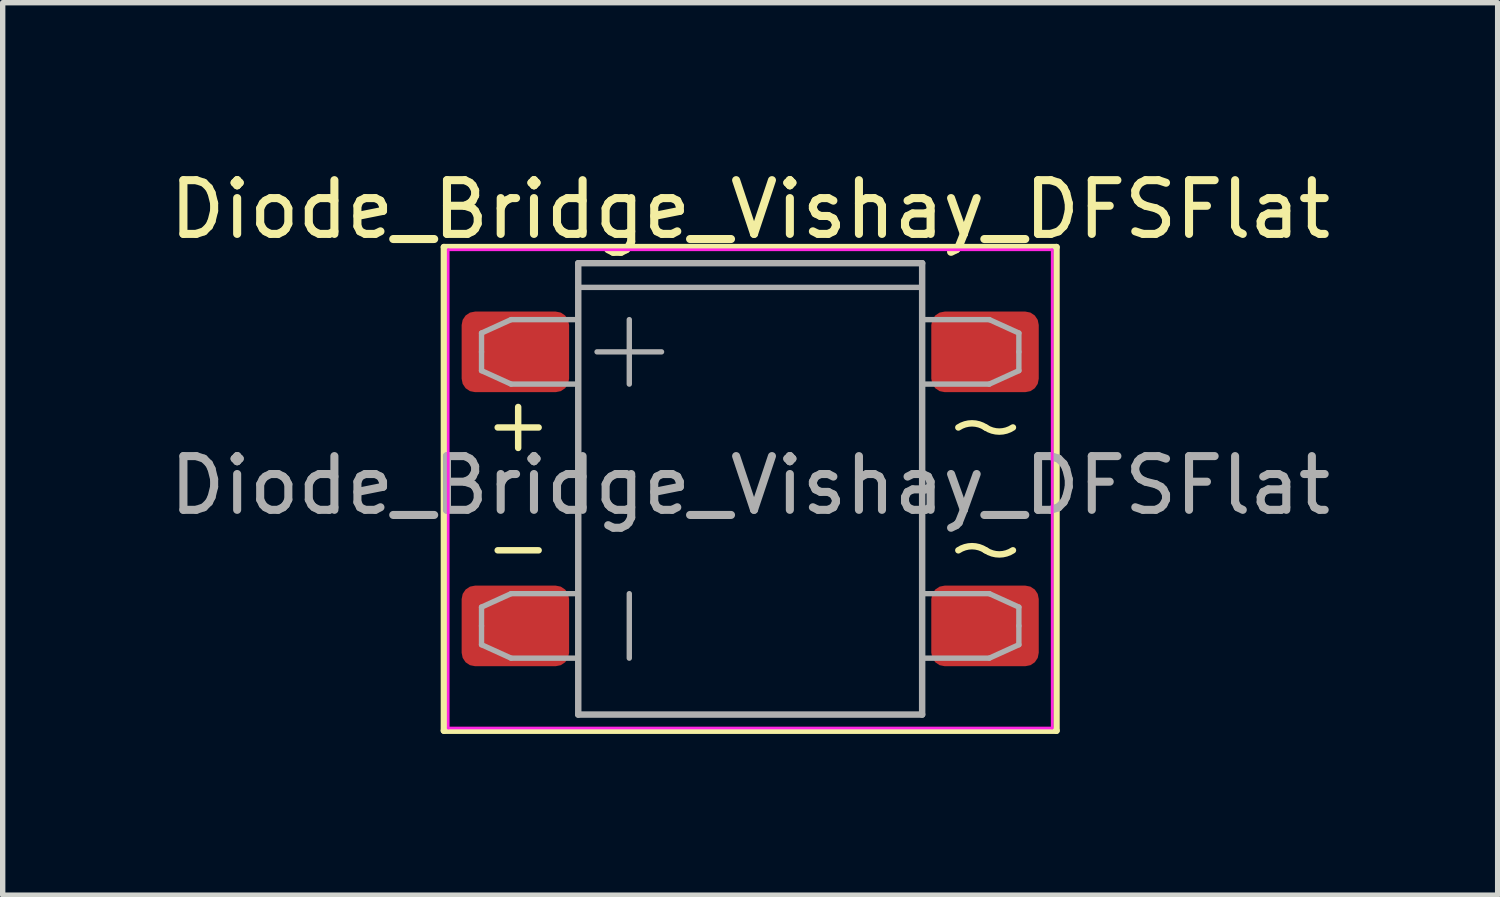
<source format=kicad_pcb>
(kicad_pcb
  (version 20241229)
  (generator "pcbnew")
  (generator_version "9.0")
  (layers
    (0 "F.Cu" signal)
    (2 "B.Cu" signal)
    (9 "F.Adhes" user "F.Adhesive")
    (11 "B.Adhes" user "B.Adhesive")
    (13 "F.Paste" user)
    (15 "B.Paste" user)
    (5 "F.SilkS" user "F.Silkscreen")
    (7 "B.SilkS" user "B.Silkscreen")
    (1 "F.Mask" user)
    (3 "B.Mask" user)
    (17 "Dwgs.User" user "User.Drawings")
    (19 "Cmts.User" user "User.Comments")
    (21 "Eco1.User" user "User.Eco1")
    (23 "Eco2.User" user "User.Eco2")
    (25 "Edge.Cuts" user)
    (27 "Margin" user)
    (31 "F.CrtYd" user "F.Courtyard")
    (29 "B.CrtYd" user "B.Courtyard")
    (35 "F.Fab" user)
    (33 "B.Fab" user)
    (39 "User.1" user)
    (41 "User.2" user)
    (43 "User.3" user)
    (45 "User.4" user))
  (footprint "Diode_Bridge_Vishay_DFSFlat"
    (layer "F.Cu")
    (at 10.911 6.048)
    (property "Reference" "Diode_Bridge_Vishay_DFSFlat" (at 0 -5.2 0) (layer "F.SilkS") (effects (font (size 1 1) (thickness 0.15))))
    (attr smd)
    (fp_line (start -5.7 -4.5) (end -5.7 4.5) (stroke (width 0.12) (type solid)) (layer "F.SilkS"))
    (fp_line (start -5.7 4.5) (end 5.7 4.5) (stroke (width 0.12) (type solid)) (layer "F.SilkS"))
    (fp_line (start -4.699 -1.143) (end -3.937 -1.143) (stroke (width 0.12) (type solid)) (layer "F.SilkS"))
    (fp_line (start -4.699 1.143) (end -3.937 1.143) (stroke (width 0.12) (type solid)) (layer "F.SilkS"))
    (fp_line (start -4.318 -1.524) (end -4.318 -0.762) (stroke (width 0.12) (type solid)) (layer "F.SilkS"))
    (fp_line (start 5.7 -4.5) (end -5.7 -4.5) (stroke (width 0.12) (type solid)) (layer "F.SilkS"))
    (fp_line (start 5.7 4.5) (end 5.7 -4.5) (stroke (width 0.12) (type solid)) (layer "F.SilkS"))
    (fp_arc (start 3.873501 -1.142999) (mid 4.1275 -1.219904) (end 4.381499 -1.142999) (stroke (width 0.12) (type solid)) (layer "F.SilkS"))
    (fp_arc (start 3.873501 1.143001) (mid 4.1275 1.066096) (end 4.381499 1.143001) (stroke (width 0.12) (type solid)) (layer "F.SilkS"))
    (fp_arc (start 4.8895 -1.143) (mid 4.635501 -1.066095) (end 4.381502 -1.143) (stroke (width 0.12) (type solid)) (layer "F.SilkS"))
    (fp_arc (start 4.8895 1.143) (mid 4.635501 1.219905) (end 4.381502 1.143) (stroke (width 0.12) (type solid)) (layer "F.SilkS"))
    (fp_line (start -5.62 -4.45) (end -5.62 4.45) (stroke (width 0.05) (type solid)) (layer "F.CrtYd"))
    (fp_line (start -5.62 -4.45) (end 5.62 -4.45) (stroke (width 0.05) (type solid)) (layer "F.CrtYd"))
    (fp_line (start 5.62 4.45) (end -5.62 4.45) (stroke (width 0.05) (type solid)) (layer "F.CrtYd"))
    (fp_line (start 5.62 4.45) (end 5.62 -4.45) (stroke (width 0.05) (type solid)) (layer "F.CrtYd"))
    (fp_line (start -5 -2.9) (end -5 -2.55) (stroke (width 0.1) (type solid)) (layer "F.Fab"))
    (fp_line (start -5 -2.2) (end -5 -2.55) (stroke (width 0.1) (type solid)) (layer "F.Fab"))
    (fp_line (start -5 2.2) (end -5 2.55) (stroke (width 0.1) (type solid)) (layer "F.Fab"))
    (fp_line (start -5 2.9) (end -5 2.55) (stroke (width 0.1) (type solid)) (layer "F.Fab"))
    (fp_line (start -4.45 -3.15) (end -5 -2.9) (stroke (width 0.1) (type solid)) (layer "F.Fab"))
    (fp_line (start -4.45 -1.95) (end -5 -2.2) (stroke (width 0.1) (type solid)) (layer "F.Fab"))
    (fp_line (start -4.45 1.95) (end -5 2.2) (stroke (width 0.1) (type solid)) (layer "F.Fab"))
    (fp_line (start -4.45 3.15) (end -5 2.9) (stroke (width 0.1) (type solid)) (layer "F.Fab"))
    (fp_line (start -3.2 -4.2) (end 3.2 -4.2) (stroke (width 0.12) (type solid)) (layer "F.Fab"))
    (fp_line (start -3.2 -3.75) (end 3.2 -3.75) (stroke (width 0.1) (type solid)) (layer "F.Fab"))
    (fp_line (start -3.2 -3.15) (end -4.45 -3.15) (stroke (width 0.1) (type solid)) (layer "F.Fab"))
    (fp_line (start -3.2 -1.95) (end -4.45 -1.95) (stroke (width 0.1) (type solid)) (layer "F.Fab"))
    (fp_line (start -3.2 1.95) (end -4.45 1.95) (stroke (width 0.1) (type solid)) (layer "F.Fab"))
    (fp_line (start -3.2 3.15) (end -4.45 3.15) (stroke (width 0.1) (type solid)) (layer "F.Fab"))
    (fp_line (start -3.2 4.2) (end -3.2 -4.2) (stroke (width 0.12) (type solid)) (layer "F.Fab"))
    (fp_line (start -2.85 -2.55) (end -1.65 -2.55) (stroke (width 0.1) (type solid)) (layer "F.Fab"))
    (fp_line (start -2.25 -3.15) (end -2.25 -1.95) (stroke (width 0.1) (type solid)) (layer "F.Fab"))
    (fp_line (start -2.25 1.95) (end -2.25 3.15) (stroke (width 0.1) (type solid)) (layer "F.Fab"))
    (fp_line (start 3.2 -4.2) (end 3.2 4.2) (stroke (width 0.12) (type solid)) (layer "F.Fab"))
    (fp_line (start 3.2 -3.15) (end 4.45 -3.15) (stroke (width 0.1) (type solid)) (layer "F.Fab"))
    (fp_line (start 3.2 -1.95) (end 4.45 -1.95) (stroke (width 0.1) (type solid)) (layer "F.Fab"))
    (fp_line (start 3.2 1.95) (end 4.45 1.95) (stroke (width 0.1) (type solid)) (layer "F.Fab"))
    (fp_line (start 3.2 3.15) (end 4.45 3.15) (stroke (width 0.1) (type solid)) (layer "F.Fab"))
    (fp_line (start 3.2 4.2) (end -3.2 4.2) (stroke (width 0.12) (type solid)) (layer "F.Fab"))
    (fp_line (start 4.45 -3.15) (end 5 -2.9) (stroke (width 0.1) (type solid)) (layer "F.Fab"))
    (fp_line (start 4.45 -1.95) (end 5 -2.2) (stroke (width 0.1) (type solid)) (layer "F.Fab"))
    (fp_line (start 4.45 1.95) (end 5 2.2) (stroke (width 0.1) (type solid)) (layer "F.Fab"))
    (fp_line (start 4.45 3.15) (end 5 2.9) (stroke (width 0.1) (type solid)) (layer "F.Fab"))
    (fp_line (start 5 -2.9) (end 5 -2.55) (stroke (width 0.1) (type solid)) (layer "F.Fab"))
    (fp_line (start 5 -2.2) (end 5 -2.55) (stroke (width 0.1) (type solid)) (layer "F.Fab"))
    (fp_line (start 5 2.2) (end 5 2.55) (stroke (width 0.1) (type solid)) (layer "F.Fab"))
    (fp_line (start 5 2.9) (end 5 2.55) (stroke (width 0.1) (type solid)) (layer "F.Fab"))
    (fp_text user "${REFERENCE}" (at 0 -0.065 0) (layer "F.Fab") (effects (font (size 1 1) (thickness 0.15))))
    (pad "1" smd roundrect (at -4.37 -2.55) (size 2 1.5) (layers "F.Cu" "F.Mask" "F.Paste") (roundrect_rratio 0.167))
    (pad "2" smd roundrect (at -4.37 2.55) (size 2 1.5) (layers "F.Cu" "F.Mask" "F.Paste") (roundrect_rratio 0.167))
    (pad "3" smd roundrect (at 4.37 2.55) (size 2 1.5) (layers "F.Cu" "F.Mask" "F.Paste") (roundrect_rratio 0.167))
    (pad "4" smd roundrect (at 4.37 -2.55) (size 2 1.5) (layers "F.Cu" "F.Mask" "F.Paste") (roundrect_rratio 0.167)))
  (gr_rect
    (start -3 -3)
    (end 24.821 13.608)
    (stroke (width 0.1) (type default))
    (fill no)
    (layer "Edge.Cuts")))
</source>
